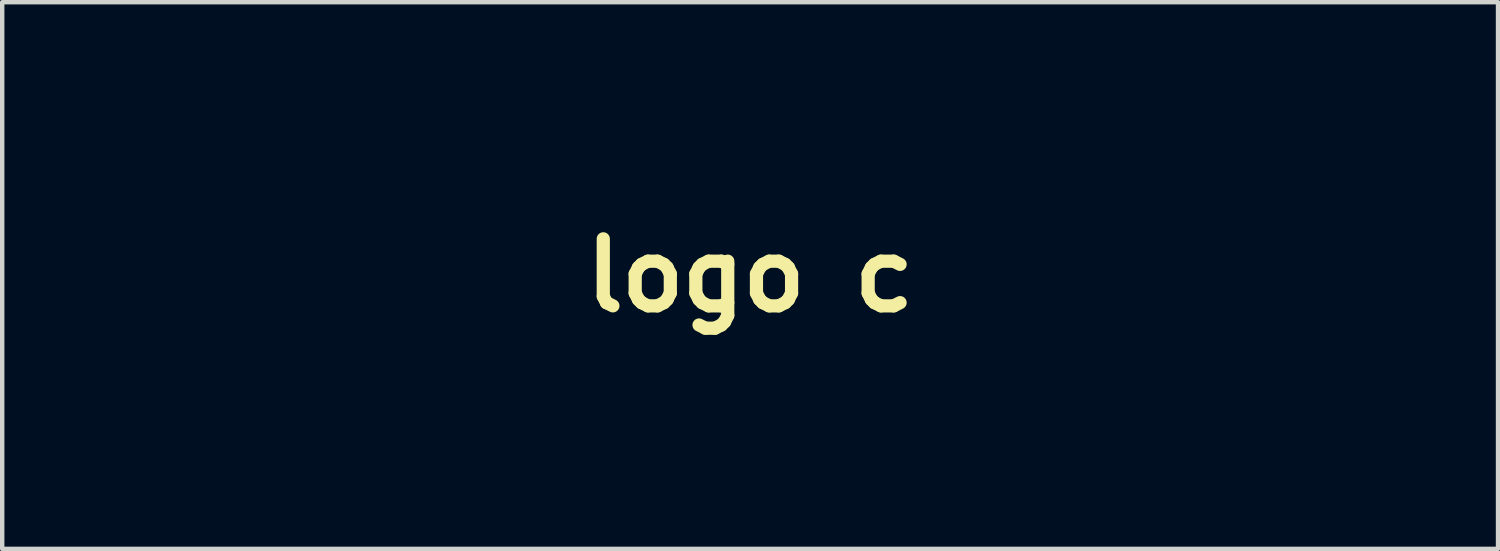
<source format=kicad_pcb>
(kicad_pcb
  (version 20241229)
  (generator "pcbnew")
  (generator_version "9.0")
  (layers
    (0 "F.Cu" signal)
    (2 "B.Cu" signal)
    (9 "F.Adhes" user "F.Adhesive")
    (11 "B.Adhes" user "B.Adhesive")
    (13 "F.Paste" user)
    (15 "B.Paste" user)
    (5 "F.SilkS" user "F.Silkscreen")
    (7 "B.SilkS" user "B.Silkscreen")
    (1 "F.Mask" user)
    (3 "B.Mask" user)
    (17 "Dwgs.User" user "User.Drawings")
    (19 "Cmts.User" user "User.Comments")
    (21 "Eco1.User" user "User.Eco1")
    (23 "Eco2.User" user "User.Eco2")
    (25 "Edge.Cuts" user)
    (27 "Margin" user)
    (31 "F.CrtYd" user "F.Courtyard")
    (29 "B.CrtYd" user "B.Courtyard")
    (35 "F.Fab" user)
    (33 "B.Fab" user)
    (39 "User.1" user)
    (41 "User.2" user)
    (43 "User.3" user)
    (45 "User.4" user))
  (footprint "logo c"
    (layer "F.Cu")
    (at 14.008 3.216)
    (property "Reference" "logo c" (at 0 0 0) (layer "F.SilkS") (effects (font (size 1.524 1.524) (thickness 0.3))))
    (attr through_hole)
    (fp_poly (pts (xy -12.316 0.676) (xy -12.642 0.676) (xy -12.642 -1.118) (xy -12.316 -1.118) (xy -12.316 0.676)) (stroke (width 0.01) (type solid)) (fill yes) (layer "F.Mask"))
    (fp_poly (pts (xy -6.717 2.043) (xy -7.632 2.043) (xy -7.632 1.763) (xy -6.717 1.763) (xy -6.717 2.043)) (stroke (width 0.01) (type solid)) (fill yes) (layer "F.Mask"))
    (fp_poly (pts (xy -2.454 0.676) (xy -2.779 0.676) (xy -2.779 -1.834) (xy -2.454 -1.834) (xy -2.454 0.676)) (stroke (width 0.01) (type solid)) (fill yes) (layer "F.Mask"))
    (fp_poly (pts (xy -12.431 -1.881) (xy -12.387 -1.868) (xy -12.349 -1.848) (xy -12.316 -1.822) (xy -12.29 -1.791) (xy -12.271 -1.755) (xy -12.259 -1.716) (xy -12.255 -1.674) (xy -12.261 -1.631) (xy -12.275 -1.588) (xy -12.28 -1.578) (xy -12.295 -1.553) (xy -12.318 -1.528) (xy -12.343 -1.505) (xy -12.368 -1.488) (xy -12.371 -1.487) (xy -12.405 -1.473) (xy -12.443 -1.464) (xy -12.48 -1.461) (xy -12.502 -1.462) (xy -12.548 -1.472) (xy -12.59 -1.49) (xy -12.627 -1.516) (xy -12.657 -1.548) (xy -12.678 -1.583) (xy -12.693 -1.627) (xy -12.699 -1.67) (xy -12.696 -1.711) (xy -12.685 -1.751) (xy -12.666 -1.787) (xy -12.64 -1.819) (xy -12.608 -1.846) (xy -12.571 -1.866) (xy -12.529 -1.88) (xy -12.482 -1.885) (xy -12.478 -1.885) (xy -12.431 -1.881)) (stroke (width 0.01) (type solid)) (fill yes) (layer "F.Mask"))
    (fp_poly (pts (xy -13.038 -0.98) (xy -13.038 -0.821) (xy -13.133 -0.82) (xy -13.168 -0.82) (xy -13.196 -0.819) (xy -13.217 -0.818) (xy -13.235 -0.816) (xy -13.252 -0.813) (xy -13.27 -0.808) (xy -13.277 -0.807) (xy -13.338 -0.788) (xy -13.39 -0.766) (xy -13.437 -0.741) (xy -13.48 -0.71) (xy -13.505 -0.687) (xy -13.549 -0.641) (xy -13.586 -0.589) (xy -13.617 -0.533) (xy -13.64 -0.47) (xy -13.658 -0.401) (xy -13.67 -0.324) (xy -13.673 -0.292) (xy -13.674 -0.278) (xy -13.674 -0.253) (xy -13.675 -0.221) (xy -13.676 -0.181) (xy -13.676 -0.133) (xy -13.677 -0.08) (xy -13.677 -0.021) (xy -13.678 0.042) (xy -13.678 0.109) (xy -13.678 0.179) (xy -13.678 0.222) (xy -13.678 0.676) (xy -14.003 0.676) (xy -14.003 -1.118) (xy -13.688 -1.118) (xy -13.688 -0.826) (xy -13.67 -0.854) (xy -13.628 -0.91) (xy -13.579 -0.962) (xy -13.526 -1.006) (xy -13.498 -1.025) (xy -13.434 -1.06) (xy -13.363 -1.089) (xy -13.286 -1.112) (xy -13.203 -1.127) (xy -13.117 -1.136) (xy -13.105 -1.137) (xy -13.038 -1.14) (xy -13.038 -0.98)) (stroke (width 0.01) (type solid)) (fill yes) (layer "F.Mask"))
    (fp_poly (pts (xy 8.165 -0.899) (xy 8.165 -0.837) (xy 8.165 -0.785) (xy 8.165 -0.741) (xy 8.165 -0.706) (xy 8.164 -0.677) (xy 8.164 -0.655) (xy 8.163 -0.638) (xy 8.163 -0.626) (xy 8.162 -0.618) (xy 8.16 -0.614) (xy 8.159 -0.612) (xy 8.157 -0.612) (xy 8.156 -0.612) (xy 8.148 -0.613) (xy 8.132 -0.615) (xy 8.11 -0.616) (xy 8.083 -0.618) (xy 8.06 -0.618) (xy 8.003 -0.619) (xy 7.954 -0.617) (xy 7.91 -0.613) (xy 7.871 -0.605) (xy 7.84 -0.596) (xy 7.783 -0.573) (xy 7.734 -0.544) (xy 7.692 -0.508) (xy 7.656 -0.464) (xy 7.627 -0.413) (xy 7.604 -0.354) (xy 7.597 -0.331) (xy 7.584 -0.282) (xy 7.58 0.676) (xy 6.936 0.676) (xy 6.936 -1.158) (xy 7.55 -1.158) (xy 7.55 -0.951) (xy 7.587 -0.987) (xy 7.642 -1.036) (xy 7.7 -1.077) (xy 7.764 -1.112) (xy 7.834 -1.14) (xy 7.91 -1.162) (xy 7.994 -1.178) (xy 8.019 -1.182) (xy 8.048 -1.185) (xy 8.08 -1.187) (xy 8.108 -1.189) (xy 8.12 -1.189) (xy 8.165 -1.189) (xy 8.165 -0.899)) (stroke (width 0.01) (type solid)) (fill yes) (layer "F.Mask"))
    (fp_poly (pts (xy 0.829 -1.182) (xy 0.831 -0.529) (xy 1.156 -0.844) (xy 1.481 -1.158) (xy 2.248 -1.158) (xy 2.209 -1.119) (xy 2.168 -1.077) (xy 2.124 -1.032) (xy 2.078 -0.985) (xy 2.03 -0.936) (xy 1.982 -0.886) (xy 1.933 -0.836) (xy 1.884 -0.785) (xy 1.836 -0.736) (xy 1.789 -0.687) (xy 1.743 -0.64) (xy 1.7 -0.595) (xy 1.659 -0.552) (xy 1.622 -0.513) (xy 1.588 -0.478) (xy 1.558 -0.446) (xy 1.533 -0.42) (xy 1.513 -0.399) (xy 1.499 -0.384) (xy 1.491 -0.375) (xy 1.49 -0.373) (xy 1.493 -0.368) (xy 1.502 -0.356) (xy 1.517 -0.337) (xy 1.537 -0.311) (xy 1.562 -0.28) (xy 1.591 -0.242) (xy 1.624 -0.2) (xy 1.661 -0.152) (xy 1.701 -0.101) (xy 1.744 -0.046) (xy 1.79 0.012) (xy 1.838 0.073) (xy 1.887 0.136) (xy 1.898 0.149) (xy 1.948 0.213) (xy 1.996 0.274) (xy 2.042 0.333) (xy 2.086 0.389) (xy 2.127 0.441) (xy 2.164 0.489) (xy 2.198 0.532) (xy 2.228 0.571) (xy 2.254 0.604) (xy 2.275 0.631) (xy 2.291 0.651) (xy 2.301 0.665) (xy 2.306 0.671) (xy 2.306 0.671) (xy 2.301 0.672) (xy 2.287 0.673) (xy 2.262 0.673) (xy 2.229 0.674) (xy 2.186 0.674) (xy 2.134 0.675) (xy 2.074 0.675) (xy 2.005 0.675) (xy 1.929 0.675) (xy 1.918 0.675) (xy 1.527 0.673) (xy 1.014 0.034) (xy 0.921 0.13) (xy 0.828 0.226) (xy 0.828 0.451) (xy 0.828 0.676) (xy 0.183 0.676) (xy 0.183 -1.834) (xy 0.828 -1.834) (xy 0.829 -1.182)) (stroke (width 0.01) (type solid)) (fill yes) (layer "F.Mask"))
    (fp_poly (pts (xy -9.583 1.489) (xy -9.247 1.489) (xy -9.247 1.753) (xy -9.583 1.753) (xy -9.58 2.33) (xy -9.563 2.365) (xy -9.551 2.386) (xy -9.539 2.401) (xy -9.525 2.412) (xy -9.519 2.416) (xy -9.484 2.433) (xy -9.445 2.441) (xy -9.401 2.44) (xy -9.354 2.432) (xy -9.322 2.421) (xy -9.304 2.415) (xy -9.29 2.412) (xy -9.283 2.412) (xy -9.283 2.412) (xy -9.28 2.417) (xy -9.276 2.431) (xy -9.269 2.451) (xy -9.26 2.476) (xy -9.251 2.504) (xy -9.241 2.535) (xy -9.231 2.565) (xy -9.222 2.594) (xy -9.213 2.62) (xy -9.207 2.641) (xy -9.202 2.657) (xy -9.2 2.664) (xy -9.2 2.664) (xy -9.204 2.668) (xy -9.216 2.674) (xy -9.235 2.68) (xy -9.258 2.687) (xy -9.284 2.694) (xy -9.311 2.701) (xy -9.337 2.706) (xy -9.36 2.71) (xy -9.364 2.711) (xy -9.416 2.716) (xy -9.468 2.718) (xy -9.518 2.717) (xy -9.563 2.712) (xy -9.595 2.706) (xy -9.656 2.686) (xy -9.709 2.659) (xy -9.755 2.625) (xy -9.794 2.583) (xy -9.827 2.534) (xy -9.853 2.477) (xy -9.871 2.421) (xy -9.884 2.37) (xy -9.886 2.062) (xy -9.889 1.753) (xy -10.111 1.753) (xy -10.111 1.489) (xy -9.888 1.489) (xy -9.888 1.179) (xy -9.866 1.176) (xy -9.851 1.175) (xy -9.83 1.172) (xy -9.803 1.169) (xy -9.772 1.166) (xy -9.739 1.162) (xy -9.706 1.159) (xy -9.674 1.156) (xy -9.645 1.153) (xy -9.622 1.15) (xy -9.604 1.149) (xy -9.596 1.148) (xy -9.595 1.148) (xy -9.583 1.148) (xy -9.583 1.489)) (stroke (width 0.01) (type solid)) (fill yes) (layer "F.Mask"))
    (fp_poly (pts (xy -11.824 1.461) (xy -11.79 1.461) (xy -11.765 1.462) (xy -11.745 1.463) (xy -11.729 1.465) (xy -11.713 1.468) (xy -11.696 1.473) (xy -11.687 1.475) (xy -11.66 1.484) (xy -11.63 1.496) (xy -11.603 1.507) (xy -11.598 1.51) (xy -11.576 1.522) (xy -11.556 1.534) (xy -11.536 1.547) (xy -11.513 1.566) (xy -11.507 1.57) (xy -11.508 1.575) (xy -11.514 1.588) (xy -11.522 1.607) (xy -11.534 1.631) (xy -11.548 1.658) (xy -11.563 1.687) (xy -11.578 1.717) (xy -11.594 1.746) (xy -11.609 1.774) (xy -11.622 1.797) (xy -11.633 1.817) (xy -11.641 1.83) (xy -11.645 1.835) (xy -11.646 1.835) (xy -11.652 1.832) (xy -11.665 1.825) (xy -11.682 1.815) (xy -11.692 1.808) (xy -11.721 1.791) (xy -11.745 1.779) (xy -11.769 1.771) (xy -11.794 1.766) (xy -11.813 1.763) (xy -11.838 1.761) (xy -11.864 1.762) (xy -11.895 1.765) (xy -11.91 1.766) (xy -11.937 1.771) (xy -11.958 1.775) (xy -11.975 1.78) (xy -11.993 1.788) (xy -12.012 1.798) (xy -12.052 1.823) (xy -12.085 1.85) (xy -12.11 1.881) (xy -12.13 1.919) (xy -12.145 1.956) (xy -12.147 1.963) (xy -12.149 1.969) (xy -12.15 1.977) (xy -12.152 1.986) (xy -12.153 1.997) (xy -12.154 2.011) (xy -12.154 2.03) (xy -12.155 2.053) (xy -12.156 2.081) (xy -12.156 2.115) (xy -12.156 2.157) (xy -12.157 2.206) (xy -12.157 2.264) (xy -12.157 2.33) (xy -12.158 2.346) (xy -12.159 2.703) (xy -12.464 2.703) (xy -12.464 1.489) (xy -12.181 1.489) (xy -12.172 1.551) (xy -12.168 1.575) (xy -12.165 1.596) (xy -12.162 1.61) (xy -12.16 1.617) (xy -12.16 1.617) (xy -12.156 1.615) (xy -12.148 1.607) (xy -12.135 1.593) (xy -12.124 1.58) (xy -12.084 1.539) (xy -12.038 1.506) (xy -11.987 1.482) (xy -11.958 1.473) (xy -11.94 1.469) (xy -11.923 1.465) (xy -11.906 1.463) (xy -11.886 1.462) (xy -11.861 1.461) (xy -11.828 1.461) (xy -11.824 1.461)) (stroke (width 0.01) (type solid)) (fill yes) (layer "F.Mask"))
    (fp_poly (pts (xy -4.761 -0.636) (xy -4.761 -0.542) (xy -4.761 -0.458) (xy -4.76 -0.382) (xy -4.76 -0.314) (xy -4.759 -0.255) (xy -4.759 -0.202) (xy -4.758 -0.156) (xy -4.756 -0.115) (xy -4.755 -0.08) (xy -4.753 -0.049) (xy -4.751 -0.022) (xy -4.748 0.002) (xy -4.745 0.023) (xy -4.742 0.043) (xy -4.738 0.06) (xy -4.733 0.077) (xy -4.728 0.094) (xy -4.722 0.111) (xy -4.697 0.172) (xy -4.664 0.227) (xy -4.625 0.274) (xy -4.578 0.314) (xy -4.525 0.346) (xy -4.466 0.371) (xy -4.401 0.388) (xy -4.33 0.397) (xy -4.254 0.398) (xy -4.218 0.396) (xy -4.14 0.385) (xy -4.069 0.367) (xy -4.004 0.341) (xy -3.945 0.307) (xy -3.893 0.265) (xy -3.848 0.216) (xy -3.81 0.159) (xy -3.778 0.095) (xy -3.754 0.023) (xy -3.736 -0.055) (xy -3.734 -0.07) (xy -3.733 -0.082) (xy -3.732 -0.102) (xy -3.731 -0.13) (xy -3.73 -0.168) (xy -3.729 -0.213) (xy -3.728 -0.268) (xy -3.728 -0.333) (xy -3.727 -0.406) (xy -3.726 -0.49) (xy -3.726 -0.583) (xy -3.726 -0.614) (xy -3.724 -1.118) (xy -3.394 -1.118) (xy -3.394 0.676) (xy -3.704 0.676) (xy -3.704 0.411) (xy -3.754 0.463) (xy -3.808 0.515) (xy -3.864 0.56) (xy -3.915 0.592) (xy -3.993 0.63) (xy -4.076 0.659) (xy -4.163 0.679) (xy -4.254 0.69) (xy -4.35 0.693) (xy -4.394 0.691) (xy -4.486 0.681) (xy -4.572 0.663) (xy -4.653 0.637) (xy -4.727 0.603) (xy -4.796 0.562) (xy -4.857 0.513) (xy -4.912 0.458) (xy -4.96 0.395) (xy -4.999 0.328) (xy -5.025 0.271) (xy -5.047 0.209) (xy -5.064 0.148) (xy -5.064 0.147) (xy -5.067 0.13) (xy -5.07 0.115) (xy -5.073 0.1) (xy -5.076 0.085) (xy -5.078 0.069) (xy -5.08 0.052) (xy -5.082 0.033) (xy -5.083 0.012) (xy -5.084 -0.013) (xy -5.085 -0.041) (xy -5.086 -0.075) (xy -5.087 -0.113) (xy -5.087 -0.157) (xy -5.088 -0.207) (xy -5.088 -0.265) (xy -5.089 -0.33) (xy -5.089 -0.403) (xy -5.089 -0.486) (xy -5.09 -0.555) (xy -5.092 -1.118) (xy -4.761 -1.118) (xy -4.761 -0.636)) (stroke (width 0.01) (type solid)) (fill yes) (layer "F.Mask"))
    (fp_poly (pts (xy -9.065 -0.877) (xy -9.025 -0.916) (xy -8.986 -0.953) (xy -8.949 -0.983) (xy -8.911 -1.01) (xy -8.869 -1.034) (xy -8.84 -1.05) (xy -8.767 -1.081) (xy -8.688 -1.106) (xy -8.604 -1.124) (xy -8.518 -1.135) (xy -8.431 -1.138) (xy -8.344 -1.135) (xy -8.259 -1.124) (xy -8.178 -1.106) (xy -8.106 -1.082) (xy -8.034 -1.048) (xy -7.968 -1.006) (xy -7.908 -0.957) (xy -7.855 -0.9) (xy -7.809 -0.836) (xy -7.771 -0.766) (xy -7.739 -0.689) (xy -7.721 -0.626) (xy -7.716 -0.608) (xy -7.712 -0.592) (xy -7.709 -0.577) (xy -7.706 -0.562) (xy -7.703 -0.546) (xy -7.701 -0.529) (xy -7.698 -0.51) (xy -7.697 -0.489) (xy -7.695 -0.465) (xy -7.694 -0.437) (xy -7.693 -0.405) (xy -7.692 -0.368) (xy -7.691 -0.326) (xy -7.691 -0.277) (xy -7.69 -0.221) (xy -7.69 -0.158) (xy -7.69 -0.086) (xy -7.689 -0.006) (xy -7.689 0.083) (xy -7.689 0.105) (xy -7.687 0.676) (xy -8.018 0.676) (xy -8.018 0.169) (xy -8.018 0.085) (xy -8.018 0.007) (xy -8.018 -0.067) (xy -8.019 -0.135) (xy -8.019 -0.197) (xy -8.02 -0.252) (xy -8.02 -0.299) (xy -8.021 -0.338) (xy -8.022 -0.369) (xy -8.023 -0.39) (xy -8.023 -0.399) (xy -8.033 -0.47) (xy -8.048 -0.537) (xy -8.07 -0.599) (xy -8.097 -0.653) (xy -8.128 -0.698) (xy -8.165 -0.737) (xy -8.211 -0.771) (xy -8.265 -0.8) (xy -8.324 -0.822) (xy -8.341 -0.827) (xy -8.359 -0.831) (xy -8.374 -0.835) (xy -8.388 -0.837) (xy -8.405 -0.839) (xy -8.425 -0.84) (xy -8.45 -0.84) (xy -8.483 -0.84) (xy -8.503 -0.84) (xy -8.54 -0.84) (xy -8.569 -0.84) (xy -8.591 -0.839) (xy -8.609 -0.838) (xy -8.624 -0.836) (xy -8.64 -0.833) (xy -8.656 -0.829) (xy -8.673 -0.824) (xy -8.745 -0.801) (xy -8.808 -0.771) (xy -8.864 -0.735) (xy -8.914 -0.692) (xy -8.956 -0.642) (xy -8.992 -0.584) (xy -9.021 -0.518) (xy -9.045 -0.445) (xy -9.051 -0.419) (xy -9.053 -0.412) (xy -9.054 -0.404) (xy -9.055 -0.396) (xy -9.057 -0.386) (xy -9.058 -0.375) (xy -9.059 -0.361) (xy -9.059 -0.344) (xy -9.06 -0.323) (xy -9.061 -0.297) (xy -9.061 -0.267) (xy -9.061 -0.231) (xy -9.062 -0.188) (xy -9.062 -0.139) (xy -9.062 -0.082) (xy -9.063 -0.017) (xy -9.063 0.057) (xy -9.063 0.14) (xy -9.063 0.151) (xy -9.065 0.676) (xy -9.39 0.676) (xy -9.39 -1.834) (xy -9.065 -1.834) (xy -9.065 -0.877)) (stroke (width 0.01) (type solid)) (fill yes) (layer "F.Mask"))
    (fp_poly (pts (xy 3.151 -1.422) (xy 3.153 -1.01) (xy 3.178 -1.032) (xy 3.236 -1.077) (xy 3.299 -1.115) (xy 3.367 -1.144) (xy 3.441 -1.166) (xy 3.521 -1.181) (xy 3.607 -1.188) (xy 3.655 -1.189) (xy 3.752 -1.184) (xy 3.847 -1.17) (xy 3.938 -1.148) (xy 4.024 -1.116) (xy 4.106 -1.075) (xy 4.183 -1.026) (xy 4.255 -0.969) (xy 4.32 -0.904) (xy 4.369 -0.846) (xy 4.421 -0.769) (xy 4.465 -0.687) (xy 4.499 -0.6) (xy 4.526 -0.507) (xy 4.543 -0.41) (xy 4.552 -0.307) (xy 4.554 -0.249) (xy 4.55 -0.149) (xy 4.539 -0.056) (xy 4.521 0.032) (xy 4.495 0.117) (xy 4.462 0.199) (xy 4.454 0.214) (xy 4.408 0.297) (xy 4.355 0.373) (xy 4.296 0.441) (xy 4.23 0.503) (xy 4.158 0.556) (xy 4.08 0.602) (xy 3.998 0.639) (xy 3.911 0.669) (xy 3.819 0.689) (xy 3.725 0.701) (xy 3.627 0.703) (xy 3.578 0.701) (xy 3.491 0.691) (xy 3.411 0.674) (xy 3.337 0.65) (xy 3.27 0.619) (xy 3.21 0.581) (xy 3.158 0.536) (xy 3.144 0.521) (xy 3.12 0.495) (xy 3.12 0.676) (xy 2.505 0.676) (xy 2.505 -0.274) (xy 3.141 -0.274) (xy 3.142 -0.205) (xy 3.148 -0.144) (xy 3.16 -0.087) (xy 3.179 -0.035) (xy 3.199 0.007) (xy 3.232 0.056) (xy 3.272 0.098) (xy 3.317 0.132) (xy 3.368 0.159) (xy 3.422 0.178) (xy 3.48 0.188) (xy 3.54 0.19) (xy 3.601 0.182) (xy 3.622 0.177) (xy 3.676 0.159) (xy 3.726 0.131) (xy 3.772 0.095) (xy 3.812 0.052) (xy 3.845 0.003) (xy 3.871 -0.053) (xy 3.872 -0.054) (xy 3.889 -0.114) (xy 3.9 -0.178) (xy 3.904 -0.245) (xy 3.901 -0.312) (xy 3.89 -0.375) (xy 3.884 -0.399) (xy 3.867 -0.45) (xy 3.845 -0.494) (xy 3.817 -0.534) (xy 3.786 -0.57) (xy 3.764 -0.591) (xy 3.746 -0.606) (xy 3.728 -0.619) (xy 3.707 -0.63) (xy 3.694 -0.637) (xy 3.649 -0.656) (xy 3.607 -0.668) (xy 3.562 -0.674) (xy 3.513 -0.675) (xy 3.501 -0.674) (xy 3.458 -0.671) (xy 3.422 -0.665) (xy 3.389 -0.655) (xy 3.355 -0.641) (xy 3.346 -0.637) (xy 3.297 -0.607) (xy 3.254 -0.571) (xy 3.218 -0.526) (xy 3.188 -0.475) (xy 3.171 -0.438) (xy 3.159 -0.402) (xy 3.15 -0.365) (xy 3.145 -0.324) (xy 3.142 -0.276) (xy 3.141 -0.274) (xy 2.505 -0.274) (xy 2.505 -1.834) (xy 3.15 -1.834) (xy 3.151 -1.422)) (stroke (width 0.01) (type solid)) (fill yes) (layer "F.Mask"))
    (fp_poly (pts (xy -4.295 1.461) (xy -4.225 1.472) (xy -4.198 1.479) (xy -4.152 1.494) (xy -4.108 1.513) (xy -4.065 1.538) (xy -4.019 1.568) (xy -3.971 1.606) (xy -3.941 1.632) (xy -3.942 1.637) (xy -3.95 1.648) (xy -3.963 1.663) (xy -3.976 1.678) (xy -3.995 1.697) (xy -4.018 1.721) (xy -4.043 1.747) (xy -4.067 1.773) (xy -4.074 1.78) (xy -4.131 1.84) (xy -4.16 1.817) (xy -4.196 1.793) (xy -4.233 1.774) (xy -4.276 1.758) (xy -4.278 1.758) (xy -4.298 1.752) (xy -4.318 1.748) (xy -4.34 1.746) (xy -4.368 1.746) (xy -4.377 1.746) (xy -4.417 1.747) (xy -4.451 1.751) (xy -4.481 1.759) (xy -4.511 1.772) (xy -4.544 1.79) (xy -4.568 1.805) (xy -4.59 1.82) (xy -4.607 1.832) (xy -4.619 1.844) (xy -4.63 1.856) (xy -4.642 1.872) (xy -4.656 1.894) (xy -4.658 1.898) (xy -4.68 1.934) (xy -4.696 1.965) (xy -4.706 1.995) (xy -4.713 2.026) (xy -4.716 2.06) (xy -4.717 2.098) (xy -4.716 2.141) (xy -4.713 2.177) (xy -4.706 2.208) (xy -4.695 2.238) (xy -4.678 2.269) (xy -4.657 2.303) (xy -4.641 2.326) (xy -4.629 2.343) (xy -4.618 2.355) (xy -4.606 2.366) (xy -4.591 2.376) (xy -4.57 2.389) (xy -4.564 2.393) (xy -4.528 2.414) (xy -4.497 2.429) (xy -4.467 2.438) (xy -4.434 2.444) (xy -4.397 2.446) (xy -4.377 2.446) (xy -4.315 2.442) (xy -4.258 2.431) (xy -4.206 2.411) (xy -4.159 2.383) (xy -4.142 2.37) (xy -4.115 2.347) (xy -4.03 2.428) (xy -4.004 2.453) (xy -3.98 2.476) (xy -3.959 2.497) (xy -3.941 2.514) (xy -3.929 2.526) (xy -3.926 2.529) (xy -3.907 2.549) (xy -3.961 2.593) (xy -4.025 2.64) (xy -4.092 2.678) (xy -4.162 2.707) (xy -4.237 2.727) (xy -4.316 2.738) (xy -4.319 2.738) (xy -4.344 2.74) (xy -4.366 2.742) (xy -4.383 2.743) (xy -4.392 2.743) (xy -4.393 2.743) (xy -4.399 2.742) (xy -4.414 2.741) (xy -4.434 2.739) (xy -4.454 2.738) (xy -4.514 2.729) (xy -4.577 2.716) (xy -4.638 2.697) (xy -4.686 2.678) (xy -4.753 2.642) (xy -4.813 2.599) (xy -4.866 2.549) (xy -4.911 2.492) (xy -4.949 2.429) (xy -4.98 2.361) (xy -5.002 2.287) (xy -5.017 2.208) (xy -5.023 2.124) (xy -5.021 2.035) (xy -5.02 2.024) (xy -5.009 1.94) (xy -4.989 1.863) (xy -4.961 1.791) (xy -4.926 1.726) (xy -4.883 1.667) (xy -4.832 1.614) (xy -4.775 1.569) (xy -4.711 1.531) (xy -4.64 1.5) (xy -4.563 1.477) (xy -4.481 1.462) (xy -4.445 1.459) (xy -4.369 1.456) (xy -4.295 1.461)) (stroke (width 0.01) (type solid)) (fill yes) (layer "F.Mask"))
    (fp_poly (pts (xy -10.005 0.676) (xy -10.32 0.676) (xy -10.32 0.535) (xy -10.32 0.394) (xy -10.333 0.412) (xy -10.349 0.43) (xy -10.37 0.453) (xy -10.396 0.478) (xy -10.423 0.503) (xy -10.45 0.527) (xy -10.475 0.547) (xy -10.493 0.56) (xy -10.531 0.584) (xy -10.573 0.607) (xy -10.615 0.627) (xy -10.646 0.64) (xy -10.701 0.658) (xy -10.764 0.673) (xy -10.832 0.684) (xy -10.901 0.691) (xy -10.969 0.693) (xy -11.003 0.693) (xy -11.1 0.684) (xy -11.194 0.666) (xy -11.284 0.64) (xy -11.369 0.606) (xy -11.449 0.563) (xy -11.523 0.513) (xy -11.591 0.455) (xy -11.653 0.39) (xy -11.707 0.318) (xy -11.755 0.24) (xy -11.78 0.188) (xy -11.812 0.108) (xy -11.836 0.021) (xy -11.854 -0.072) (xy -11.855 -0.079) (xy -11.858 -0.109) (xy -11.86 -0.148) (xy -11.861 -0.191) (xy -11.861 -0.203) (xy -11.533 -0.203) (xy -11.527 -0.124) (xy -11.513 -0.048) (xy -11.491 0.025) (xy -11.461 0.093) (xy -11.451 0.112) (xy -11.41 0.175) (xy -11.362 0.231) (xy -11.308 0.28) (xy -11.248 0.321) (xy -11.183 0.354) (xy -11.113 0.378) (xy -11.039 0.395) (xy -10.962 0.402) (xy -10.882 0.401) (xy -10.815 0.393) (xy -10.741 0.376) (xy -10.671 0.35) (xy -10.606 0.315) (xy -10.546 0.273) (xy -10.493 0.222) (xy -10.446 0.165) (xy -10.406 0.1) (xy -10.386 0.059) (xy -10.36 -0.013) (xy -10.342 -0.089) (xy -10.332 -0.168) (xy -10.331 -0.248) (xy -10.338 -0.328) (xy -10.353 -0.406) (xy -10.376 -0.481) (xy -10.384 -0.5) (xy -10.415 -0.565) (xy -10.454 -0.623) (xy -10.502 -0.677) (xy -10.514 -0.689) (xy -10.57 -0.737) (xy -10.631 -0.776) (xy -10.696 -0.806) (xy -10.767 -0.829) (xy -10.83 -0.842) (xy -10.869 -0.846) (xy -10.915 -0.848) (xy -10.963 -0.847) (xy -11.01 -0.844) (xy -11.054 -0.839) (xy -11.078 -0.834) (xy -11.152 -0.812) (xy -11.221 -0.781) (xy -11.284 -0.742) (xy -11.342 -0.695) (xy -11.393 -0.642) (xy -11.437 -0.581) (xy -11.473 -0.514) (xy -11.477 -0.505) (xy -11.503 -0.434) (xy -11.521 -0.359) (xy -11.531 -0.281) (xy -11.533 -0.203) (xy -11.861 -0.203) (xy -11.861 -0.236) (xy -11.86 -0.281) (xy -11.858 -0.323) (xy -11.855 -0.36) (xy -11.852 -0.383) (xy -11.833 -0.481) (xy -11.805 -0.572) (xy -11.769 -0.658) (xy -11.725 -0.737) (xy -11.673 -0.811) (xy -11.612 -0.88) (xy -11.611 -0.881) (xy -11.543 -0.943) (xy -11.47 -0.996) (xy -11.39 -1.042) (xy -11.306 -1.078) (xy -11.217 -1.106) (xy -11.124 -1.126) (xy -11.027 -1.136) (xy -10.962 -1.138) (xy -10.866 -1.134) (xy -10.775 -1.121) (xy -10.69 -1.099) (xy -10.609 -1.069) (xy -10.534 -1.029) (xy -10.464 -0.982) (xy -10.399 -0.925) (xy -10.376 -0.901) (xy -10.335 -0.857) (xy -10.335 -1.834) (xy -10.005 -1.834) (xy -10.005 0.676)) (stroke (width 0.01) (type solid)) (fill yes) (layer "F.Mask"))
    (fp_poly (pts (xy -13.261 1.466) (xy -13.241 1.468) (xy -13.162 1.479) (xy -13.088 1.499) (xy -13.019 1.528) (xy -12.956 1.564) (xy -12.898 1.607) (xy -12.846 1.658) (xy -12.801 1.714) (xy -12.763 1.777) (xy -12.732 1.844) (xy -12.708 1.917) (xy -12.693 1.993) (xy -12.686 2.074) (xy -12.688 2.158) (xy -12.69 2.175) (xy -12.702 2.258) (xy -12.723 2.335) (xy -12.751 2.407) (xy -12.787 2.472) (xy -12.831 2.532) (xy -12.882 2.584) (xy -12.94 2.63) (xy -12.983 2.657) (xy -13.046 2.686) (xy -13.114 2.709) (xy -13.185 2.724) (xy -13.258 2.731) (xy -13.332 2.732) (xy -13.404 2.724) (xy -13.474 2.71) (xy -13.539 2.688) (xy -13.568 2.674) (xy -13.594 2.66) (xy -13.616 2.646) (xy -13.638 2.628) (xy -13.657 2.61) (xy -13.698 2.569) (xy -13.698 3.211) (xy -14.003 3.211) (xy -14.003 2.098) (xy -13.669 2.098) (xy -13.668 2.136) (xy -13.663 2.169) (xy -13.656 2.198) (xy -13.643 2.228) (xy -13.625 2.261) (xy -13.611 2.284) (xy -13.596 2.307) (xy -13.584 2.324) (xy -13.573 2.337) (xy -13.561 2.348) (xy -13.545 2.36) (xy -13.523 2.375) (xy -13.521 2.376) (xy -13.482 2.4) (xy -13.446 2.418) (xy -13.412 2.429) (xy -13.375 2.435) (xy -13.334 2.437) (xy -13.312 2.436) (xy -13.279 2.433) (xy -13.249 2.428) (xy -13.228 2.423) (xy -13.202 2.413) (xy -13.17 2.396) (xy -13.139 2.376) (xy -13.117 2.361) (xy -13.1 2.349) (xy -13.088 2.338) (xy -13.077 2.325) (xy -13.065 2.309) (xy -13.051 2.286) (xy -13.049 2.284) (xy -13.027 2.247) (xy -13.011 2.214) (xy -13 2.183) (xy -12.994 2.15) (xy -12.992 2.114) (xy -12.991 2.096) (xy -12.993 2.055) (xy -12.998 2.02) (xy -13.007 1.988) (xy -13.021 1.956) (xy -13.041 1.92) (xy -13.046 1.912) (xy -13.06 1.889) (xy -13.072 1.872) (xy -13.083 1.86) (xy -13.095 1.848) (xy -13.111 1.836) (xy -13.134 1.82) (xy -13.167 1.799) (xy -13.195 1.783) (xy -13.222 1.773) (xy -13.251 1.766) (xy -13.283 1.762) (xy -13.322 1.761) (xy -13.33 1.761) (xy -13.371 1.762) (xy -13.404 1.765) (xy -13.433 1.771) (xy -13.46 1.781) (xy -13.488 1.796) (xy -13.52 1.816) (xy -13.526 1.82) (xy -13.549 1.836) (xy -13.565 1.848) (xy -13.578 1.859) (xy -13.588 1.872) (xy -13.6 1.888) (xy -13.614 1.911) (xy -13.614 1.912) (xy -13.636 1.949) (xy -13.651 1.981) (xy -13.661 2.013) (xy -13.667 2.046) (xy -13.669 2.084) (xy -13.669 2.098) (xy -14.003 2.098) (xy -14.003 1.489) (xy -13.72 1.489) (xy -13.717 1.505) (xy -13.715 1.517) (xy -13.713 1.536) (xy -13.71 1.559) (xy -13.708 1.578) (xy -13.705 1.601) (xy -13.703 1.621) (xy -13.7 1.635) (xy -13.699 1.64) (xy -13.694 1.641) (xy -13.685 1.635) (xy -13.671 1.621) (xy -13.66 1.609) (xy -13.634 1.582) (xy -13.606 1.56) (xy -13.575 1.539) (xy -13.518 1.508) (xy -13.459 1.486) (xy -13.398 1.472) (xy -13.332 1.465) (xy -13.261 1.466)) (stroke (width 0.01) (type solid)) (fill yes) (layer "F.Mask"))
    (fp_poly (pts (xy -5.751 1.466) (xy -5.731 1.468) (xy -5.652 1.479) (xy -5.578 1.499) (xy -5.509 1.528) (xy -5.446 1.564) (xy -5.388 1.607) (xy -5.336 1.658) (xy -5.291 1.714) (xy -5.253 1.777) (xy -5.222 1.844) (xy -5.199 1.917) (xy -5.183 1.993) (xy -5.177 2.074) (xy -5.179 2.158) (xy -5.18 2.175) (xy -5.193 2.258) (xy -5.213 2.335) (xy -5.242 2.407) (xy -5.278 2.472) (xy -5.321 2.532) (xy -5.372 2.584) (xy -5.43 2.63) (xy -5.473 2.657) (xy -5.536 2.686) (xy -5.604 2.709) (xy -5.675 2.724) (xy -5.749 2.731) (xy -5.822 2.732) (xy -5.895 2.724) (xy -5.964 2.71) (xy -6.03 2.688) (xy -6.058 2.674) (xy -6.084 2.66) (xy -6.106 2.646) (xy -6.128 2.628) (xy -6.147 2.61) (xy -6.189 2.569) (xy -6.189 3.211) (xy -6.494 3.211) (xy -6.494 2.098) (xy -6.159 2.098) (xy -6.158 2.136) (xy -6.154 2.169) (xy -6.146 2.198) (xy -6.133 2.228) (xy -6.116 2.261) (xy -6.101 2.284) (xy -6.086 2.307) (xy -6.075 2.324) (xy -6.064 2.337) (xy -6.051 2.348) (xy -6.035 2.36) (xy -6.013 2.375) (xy -6.012 2.376) (xy -5.972 2.4) (xy -5.937 2.418) (xy -5.902 2.429) (xy -5.866 2.435) (xy -5.824 2.437) (xy -5.802 2.436) (xy -5.77 2.433) (xy -5.739 2.428) (xy -5.719 2.423) (xy -5.692 2.413) (xy -5.66 2.396) (xy -5.63 2.376) (xy -5.607 2.361) (xy -5.59 2.349) (xy -5.578 2.338) (xy -5.567 2.325) (xy -5.555 2.309) (xy -5.541 2.286) (xy -5.539 2.284) (xy -5.517 2.247) (xy -5.501 2.214) (xy -5.49 2.183) (xy -5.484 2.15) (xy -5.482 2.114) (xy -5.482 2.096) (xy -5.483 2.055) (xy -5.488 2.02) (xy -5.497 1.988) (xy -5.511 1.956) (xy -5.531 1.92) (xy -5.536 1.912) (xy -5.55 1.889) (xy -5.562 1.872) (xy -5.573 1.86) (xy -5.585 1.848) (xy -5.602 1.836) (xy -5.624 1.82) (xy -5.657 1.799) (xy -5.686 1.783) (xy -5.713 1.773) (xy -5.741 1.766) (xy -5.773 1.762) (xy -5.812 1.761) (xy -5.82 1.761) (xy -5.861 1.762) (xy -5.894 1.765) (xy -5.923 1.771) (xy -5.95 1.781) (xy -5.978 1.796) (xy -6.01 1.816) (xy -6.017 1.82) (xy -6.039 1.836) (xy -6.056 1.848) (xy -6.068 1.859) (xy -6.079 1.872) (xy -6.09 1.888) (xy -6.104 1.911) (xy -6.105 1.912) (xy -6.126 1.949) (xy -6.141 1.981) (xy -6.151 2.013) (xy -6.157 2.046) (xy -6.159 2.084) (xy -6.159 2.098) (xy -6.494 2.098) (xy -6.494 1.489) (xy -6.21 1.489) (xy -6.207 1.505) (xy -6.205 1.517) (xy -6.203 1.536) (xy -6.2 1.559) (xy -6.198 1.578) (xy -6.196 1.601) (xy -6.193 1.621) (xy -6.19 1.635) (xy -6.189 1.64) (xy -6.185 1.641) (xy -6.176 1.635) (xy -6.162 1.621) (xy -6.15 1.609) (xy -6.125 1.582) (xy -6.097 1.56) (xy -6.065 1.539) (xy -6.008 1.508) (xy -5.949 1.486) (xy -5.888 1.472) (xy -5.822 1.465) (xy -5.751 1.466)) (stroke (width 0.01) (type solid)) (fill yes) (layer "F.Mask"))
    (fp_poly (pts (xy -3.475 1.647) (xy -3.441 1.608) (xy -3.424 1.589) (xy -3.407 1.574) (xy -3.387 1.559) (xy -3.363 1.544) (xy -3.351 1.537) (xy -3.283 1.503) (xy -3.212 1.479) (xy -3.139 1.465) (xy -3.063 1.461) (xy -3.013 1.464) (xy -2.93 1.475) (xy -2.854 1.495) (xy -2.784 1.522) (xy -2.72 1.557) (xy -2.662 1.6) (xy -2.612 1.65) (xy -2.568 1.708) (xy -2.534 1.766) (xy -2.509 1.822) (xy -2.49 1.878) (xy -2.477 1.939) (xy -2.468 2.007) (xy -2.467 2.016) (xy -2.463 2.105) (xy -2.468 2.189) (xy -2.481 2.268) (xy -2.502 2.342) (xy -2.532 2.411) (xy -2.568 2.475) (xy -2.612 2.532) (xy -2.663 2.583) (xy -2.721 2.626) (xy -2.785 2.663) (xy -2.855 2.692) (xy -2.931 2.713) (xy -3.011 2.726) (xy -3.04 2.729) (xy -3.063 2.731) (xy -3.08 2.732) (xy -3.096 2.732) (xy -3.112 2.731) (xy -3.131 2.73) (xy -3.153 2.728) (xy -3.219 2.716) (xy -3.281 2.697) (xy -3.338 2.669) (xy -3.39 2.633) (xy -3.435 2.591) (xy -3.438 2.587) (xy -3.453 2.57) (xy -3.464 2.559) (xy -3.471 2.554) (xy -3.476 2.556) (xy -3.479 2.567) (xy -3.482 2.585) (xy -3.485 2.613) (xy -3.486 2.622) (xy -3.488 2.646) (xy -3.491 2.667) (xy -3.493 2.683) (xy -3.494 2.689) (xy -3.497 2.703) (xy -3.78 2.703) (xy -3.78 2.095) (xy -3.452 2.095) (xy -3.452 2.098) (xy -3.45 2.141) (xy -3.446 2.177) (xy -3.438 2.209) (xy -3.425 2.24) (xy -3.407 2.272) (xy -3.387 2.302) (xy -3.372 2.324) (xy -3.359 2.34) (xy -3.348 2.352) (xy -3.334 2.363) (xy -3.318 2.375) (xy -3.295 2.39) (xy -3.292 2.391) (xy -3.256 2.412) (xy -3.224 2.428) (xy -3.193 2.438) (xy -3.16 2.445) (xy -3.153 2.446) (xy -3.131 2.447) (xy -3.104 2.447) (xy -3.073 2.445) (xy -3.044 2.441) (xy -3.019 2.437) (xy -3.009 2.434) (xy -2.986 2.425) (xy -2.959 2.411) (xy -2.928 2.392) (xy -2.921 2.388) (xy -2.898 2.373) (xy -2.882 2.36) (xy -2.869 2.349) (xy -2.858 2.337) (xy -2.846 2.32) (xy -2.831 2.298) (xy -2.829 2.295) (xy -2.806 2.257) (xy -2.789 2.223) (xy -2.778 2.191) (xy -2.772 2.156) (xy -2.769 2.117) (xy -2.769 2.096) (xy -2.77 2.05) (xy -2.775 2.012) (xy -2.785 1.976) (xy -2.8 1.942) (xy -2.822 1.905) (xy -2.83 1.893) (xy -2.845 1.87) (xy -2.858 1.854) (xy -2.869 1.841) (xy -2.882 1.83) (xy -2.899 1.818) (xy -2.918 1.805) (xy -2.956 1.782) (xy -2.99 1.766) (xy -3.024 1.755) (xy -3.059 1.749) (xy -3.099 1.747) (xy -3.102 1.747) (xy -3.143 1.748) (xy -3.179 1.753) (xy -3.213 1.762) (xy -3.246 1.777) (xy -3.283 1.798) (xy -3.295 1.805) (xy -3.318 1.82) (xy -3.335 1.832) (xy -3.348 1.843) (xy -3.359 1.855) (xy -3.372 1.872) (xy -3.387 1.894) (xy -3.389 1.897) (xy -3.412 1.932) (xy -3.429 1.962) (xy -3.44 1.991) (xy -3.447 2.021) (xy -3.451 2.054) (xy -3.452 2.095) (xy -3.78 2.095) (xy -3.78 0.981) (xy -3.475 0.981) (xy -3.475 1.647)) (stroke (width 0.01) (type solid)) (fill yes) (layer "F.Mask"))
    (fp_poly (pts (xy -10.777 1.468) (xy -10.698 1.477) (xy -10.622 1.495) (xy -10.549 1.521) (xy -10.505 1.543) (xy -10.441 1.583) (xy -10.383 1.631) (xy -10.332 1.685) (xy -10.289 1.746) (xy -10.253 1.812) (xy -10.224 1.882) (xy -10.204 1.957) (xy -10.193 2.034) (xy -10.19 2.115) (xy -10.193 2.163) (xy -10.205 2.245) (xy -10.225 2.322) (xy -10.254 2.394) (xy -10.291 2.46) (xy -10.335 2.52) (xy -10.386 2.573) (xy -10.444 2.619) (xy -10.508 2.657) (xy -10.578 2.688) (xy -10.653 2.711) (xy -10.734 2.725) (xy -10.749 2.726) (xy -10.777 2.729) (xy -10.798 2.731) (xy -10.815 2.732) (xy -10.83 2.732) (xy -10.845 2.731) (xy -10.865 2.73) (xy -10.89 2.727) (xy -10.904 2.726) (xy -10.983 2.713) (xy -11.058 2.692) (xy -11.127 2.662) (xy -11.191 2.624) (xy -11.25 2.579) (xy -11.301 2.527) (xy -11.346 2.468) (xy -11.383 2.403) (xy -11.413 2.333) (xy -11.434 2.258) (xy -11.447 2.177) (xy -11.448 2.166) (xy -11.45 2.099) (xy -11.149 2.099) (xy -11.138 2.165) (xy -11.133 2.194) (xy -11.129 2.215) (xy -11.124 2.232) (xy -11.117 2.249) (xy -11.107 2.268) (xy -11.099 2.283) (xy -11.086 2.307) (xy -11.075 2.325) (xy -11.066 2.338) (xy -11.056 2.35) (xy -11.042 2.361) (xy -11.025 2.375) (xy -11.009 2.387) (xy -10.976 2.41) (xy -10.948 2.426) (xy -10.929 2.433) (xy -10.907 2.439) (xy -10.882 2.445) (xy -10.856 2.449) (xy -10.834 2.451) (xy -10.817 2.451) (xy -10.815 2.451) (xy -10.804 2.45) (xy -10.788 2.448) (xy -10.774 2.447) (xy -10.742 2.442) (xy -10.712 2.433) (xy -10.684 2.42) (xy -10.653 2.4) (xy -10.629 2.383) (xy -10.608 2.366) (xy -10.592 2.353) (xy -10.58 2.341) (xy -10.57 2.328) (xy -10.56 2.311) (xy -10.548 2.289) (xy -10.546 2.285) (xy -10.533 2.26) (xy -10.523 2.239) (xy -10.517 2.221) (xy -10.512 2.202) (xy -10.508 2.179) (xy -10.507 2.172) (xy -10.5 2.122) (xy -10.498 2.079) (xy -10.501 2.039) (xy -10.509 2.002) (xy -10.523 1.964) (xy -10.544 1.924) (xy -10.55 1.912) (xy -10.564 1.888) (xy -10.576 1.87) (xy -10.586 1.856) (xy -10.597 1.844) (xy -10.612 1.831) (xy -10.633 1.815) (xy -10.637 1.812) (xy -10.669 1.788) (xy -10.697 1.771) (xy -10.723 1.759) (xy -10.75 1.752) (xy -10.78 1.748) (xy -10.817 1.747) (xy -10.825 1.747) (xy -10.864 1.748) (xy -10.896 1.751) (xy -10.924 1.758) (xy -10.95 1.769) (xy -10.977 1.785) (xy -11.008 1.808) (xy -11.013 1.812) (xy -11.034 1.829) (xy -11.05 1.842) (xy -11.062 1.854) (xy -11.072 1.868) (xy -11.082 1.885) (xy -11.096 1.909) (xy -11.096 1.91) (xy -11.109 1.934) (xy -11.119 1.953) (xy -11.125 1.97) (xy -11.13 1.988) (xy -11.134 2.01) (xy -11.138 2.033) (xy -11.149 2.099) (xy -11.45 2.099) (xy -11.451 2.082) (xy -11.445 2.001) (xy -11.43 1.924) (xy -11.407 1.851) (xy -11.377 1.783) (xy -11.338 1.72) (xy -11.293 1.663) (xy -11.241 1.612) (xy -11.182 1.567) (xy -11.117 1.531) (xy -11.046 1.502) (xy -11.016 1.492) (xy -10.937 1.475) (xy -10.857 1.467) (xy -10.777 1.468)) (stroke (width 0.01) (type solid)) (fill yes) (layer "F.Mask"))
    (fp_poly (pts (xy -8.41 1.468) (xy -8.331 1.477) (xy -8.254 1.495) (xy -8.182 1.521) (xy -8.137 1.543) (xy -8.073 1.583) (xy -8.015 1.631) (xy -7.965 1.685) (xy -7.921 1.746) (xy -7.885 1.812) (xy -7.857 1.882) (xy -7.836 1.957) (xy -7.825 2.034) (xy -7.822 2.115) (xy -7.825 2.163) (xy -7.837 2.245) (xy -7.858 2.322) (xy -7.886 2.394) (xy -7.923 2.46) (xy -7.967 2.52) (xy -8.018 2.573) (xy -8.076 2.619) (xy -8.14 2.657) (xy -8.21 2.688) (xy -8.286 2.711) (xy -8.366 2.725) (xy -8.381 2.726) (xy -8.409 2.729) (xy -8.43 2.731) (xy -8.447 2.732) (xy -8.462 2.732) (xy -8.478 2.731) (xy -8.497 2.73) (xy -8.522 2.727) (xy -8.536 2.726) (xy -8.615 2.713) (xy -8.69 2.692) (xy -8.76 2.662) (xy -8.824 2.624) (xy -8.882 2.579) (xy -8.933 2.527) (xy -8.978 2.468) (xy -9.015 2.403) (xy -9.045 2.333) (xy -9.067 2.258) (xy -9.079 2.177) (xy -9.08 2.166) (xy -9.083 2.099) (xy -8.781 2.099) (xy -8.77 2.165) (xy -8.766 2.194) (xy -8.761 2.215) (xy -8.756 2.232) (xy -8.749 2.249) (xy -8.74 2.268) (xy -8.731 2.283) (xy -8.718 2.307) (xy -8.707 2.325) (xy -8.698 2.338) (xy -8.688 2.35) (xy -8.675 2.361) (xy -8.657 2.375) (xy -8.641 2.387) (xy -8.608 2.41) (xy -8.58 2.426) (xy -8.562 2.433) (xy -8.539 2.439) (xy -8.514 2.445) (xy -8.488 2.449) (xy -8.466 2.451) (xy -8.449 2.451) (xy -8.447 2.451) (xy -8.437 2.45) (xy -8.42 2.448) (xy -8.407 2.447) (xy -8.374 2.442) (xy -8.345 2.433) (xy -8.316 2.42) (xy -8.285 2.4) (xy -8.261 2.383) (xy -8.24 2.366) (xy -8.224 2.353) (xy -8.212 2.341) (xy -8.203 2.328) (xy -8.193 2.311) (xy -8.18 2.289) (xy -8.178 2.285) (xy -8.165 2.26) (xy -8.156 2.239) (xy -8.149 2.221) (xy -8.144 2.202) (xy -8.14 2.179) (xy -8.139 2.172) (xy -8.132 2.122) (xy -8.13 2.079) (xy -8.133 2.039) (xy -8.142 2.002) (xy -8.156 1.964) (xy -8.176 1.924) (xy -8.183 1.912) (xy -8.197 1.888) (xy -8.208 1.87) (xy -8.218 1.856) (xy -8.23 1.844) (xy -8.245 1.831) (xy -8.265 1.815) (xy -8.269 1.812) (xy -8.301 1.788) (xy -8.329 1.771) (xy -8.355 1.759) (xy -8.382 1.752) (xy -8.412 1.748) (xy -8.449 1.747) (xy -8.457 1.747) (xy -8.496 1.748) (xy -8.528 1.751) (xy -8.556 1.758) (xy -8.582 1.769) (xy -8.609 1.785) (xy -8.64 1.808) (xy -8.645 1.812) (xy -8.666 1.829) (xy -8.682 1.842) (xy -8.694 1.854) (xy -8.704 1.868) (xy -8.715 1.885) (xy -8.728 1.909) (xy -8.728 1.91) (xy -8.742 1.934) (xy -8.751 1.953) (xy -8.757 1.97) (xy -8.762 1.988) (xy -8.766 2.01) (xy -8.77 2.033) (xy -8.781 2.099) (xy -9.083 2.099) (xy -9.083 2.082) (xy -9.077 2.001) (xy -9.062 1.924) (xy -9.04 1.851) (xy -9.009 1.783) (xy -8.971 1.72) (xy -8.925 1.663) (xy -8.873 1.612) (xy -8.814 1.567) (xy -8.749 1.531) (xy -8.678 1.502) (xy -8.648 1.492) (xy -8.569 1.475) (xy -8.49 1.467) (xy -8.41 1.468)) (stroke (width 0.01) (type solid)) (fill yes) (layer "F.Mask"))
    (fp_poly (pts (xy -1.043 -1.186) (xy -0.936 -1.176) (xy -0.837 -1.159) (xy -0.745 -1.135) (xy -0.66 -1.104) (xy -0.583 -1.067) (xy -0.514 -1.023) (xy -0.451 -0.972) (xy -0.396 -0.914) (xy -0.349 -0.849) (xy -0.308 -0.777) (xy -0.307 -0.775) (xy -0.287 -0.727) (xy -0.268 -0.674) (xy -0.252 -0.62) (xy -0.246 -0.594) (xy -0.243 -0.577) (xy -0.239 -0.561) (xy -0.237 -0.546) (xy -0.234 -0.53) (xy -0.232 -0.514) (xy -0.23 -0.497) (xy -0.228 -0.478) (xy -0.227 -0.456) (xy -0.225 -0.431) (xy -0.224 -0.402) (xy -0.224 -0.368) (xy -0.223 -0.33) (xy -0.222 -0.285) (xy -0.222 -0.234) (xy -0.221 -0.176) (xy -0.221 -0.111) (xy -0.221 -0.036) (xy -0.22 0.047) (xy -0.22 0.113) (xy -0.218 0.676) (xy -0.823 0.676) (xy -0.824 0.563) (xy -0.826 0.45) (xy -0.839 0.473) (xy -0.853 0.493) (xy -0.874 0.518) (xy -0.897 0.543) (xy -0.922 0.568) (xy -0.946 0.588) (xy -0.952 0.592) (xy -0.984 0.614) (xy -1.022 0.635) (xy -1.064 0.654) (xy -1.107 0.669) (xy -1.118 0.672) (xy -1.174 0.686) (xy -1.236 0.695) (xy -1.303 0.701) (xy -1.372 0.703) (xy -1.439 0.701) (xy -1.525 0.691) (xy -1.605 0.674) (xy -1.681 0.649) (xy -1.74 0.622) (xy -1.807 0.584) (xy -1.866 0.539) (xy -1.917 0.488) (xy -1.96 0.432) (xy -1.994 0.371) (xy -2.02 0.305) (xy -2.036 0.234) (xy -2.044 0.16) (xy -2.042 0.105) (xy -1.417 0.105) (xy -1.416 0.136) (xy -1.411 0.163) (xy -1.41 0.169) (xy -1.398 0.192) (xy -1.381 0.216) (xy -1.359 0.238) (xy -1.337 0.254) (xy -1.335 0.255) (xy -1.293 0.274) (xy -1.245 0.286) (xy -1.193 0.291) (xy -1.138 0.289) (xy -1.098 0.284) (xy -1.045 0.269) (xy -0.997 0.245) (xy -0.954 0.213) (xy -0.917 0.173) (xy -0.888 0.127) (xy -0.884 0.119) (xy -0.864 0.078) (xy -0.864 -0.071) (xy -1.033 -0.071) (xy -1.09 -0.071) (xy -1.139 -0.07) (xy -1.18 -0.069) (xy -1.214 -0.067) (xy -1.243 -0.064) (xy -1.267 -0.06) (xy -1.288 -0.054) (xy -1.307 -0.048) (xy -1.325 -0.039) (xy -1.339 -0.032) (xy -1.364 -0.014) (xy -1.386 0.009) (xy -1.403 0.034) (xy -1.41 0.049) (xy -1.415 0.075) (xy -1.417 0.105) (xy -2.042 0.105) (xy -2.042 0.085) (xy -2.032 0.016) (xy -2.015 -0.047) (xy -1.989 -0.105) (xy -1.956 -0.158) (xy -1.913 -0.208) (xy -1.899 -0.222) (xy -1.852 -0.262) (xy -1.799 -0.296) (xy -1.74 -0.326) (xy -1.674 -0.352) (xy -1.6 -0.373) (xy -1.517 -0.391) (xy -1.48 -0.397) (xy -1.464 -0.399) (xy -1.448 -0.401) (xy -1.432 -0.403) (xy -1.414 -0.405) (xy -1.393 -0.406) (xy -1.369 -0.407) (xy -1.341 -0.408) (xy -1.306 -0.408) (xy -1.265 -0.409) (xy -1.216 -0.41) (xy -1.159 -0.41) (xy -1.139 -0.41) (xy -0.869 -0.412) (xy -0.869 -0.429) (xy -0.871 -0.452) (xy -0.878 -0.48) (xy -0.887 -0.509) (xy -0.898 -0.536) (xy -0.899 -0.537) (xy -0.925 -0.578) (xy -0.958 -0.612) (xy -0.998 -0.641) (xy -1.047 -0.665) (xy -1.1 -0.682) (xy -1.117 -0.686) (xy -1.132 -0.689) (xy -1.148 -0.691) (xy -1.166 -0.692) (xy -1.189 -0.693) (xy -1.218 -0.693) (xy -1.252 -0.693) (xy -1.29 -0.693) (xy -1.32 -0.693) (xy -1.343 -0.692) (xy -1.364 -0.69) (xy -1.383 -0.687) (xy -1.404 -0.683) (xy -1.423 -0.679) (xy -1.494 -0.662) (xy -1.562 -0.64) (xy -1.625 -0.614) (xy -1.681 -0.585) (xy -1.717 -0.562) (xy -1.749 -0.54) (xy -1.856 -0.754) (xy -1.877 -0.797) (xy -1.898 -0.838) (xy -1.916 -0.875) (xy -1.933 -0.908) (xy -1.947 -0.935) (xy -1.957 -0.955) (xy -1.964 -0.969) (xy -1.967 -0.974) (xy -1.966 -0.979) (xy -1.956 -0.988) (xy -1.937 -1) (xy -1.937 -1) (xy -1.85 -1.046) (xy -1.755 -1.086) (xy -1.653 -1.12) (xy -1.546 -1.148) (xy -1.435 -1.168) (xy -1.319 -1.182) (xy -1.2 -1.188) (xy -1.158 -1.189) (xy -1.043 -1.186)) (stroke (width 0.01) (type solid)) (fill yes) (layer "F.Mask"))
    (fp_poly (pts (xy 5.71 -1.186) (xy 5.816 -1.175) (xy 5.914 -1.159) (xy 6.005 -1.135) (xy 6.089 -1.105) (xy 6.166 -1.067) (xy 6.235 -1.023) (xy 6.297 -0.972) (xy 6.353 -0.914) (xy 6.401 -0.849) (xy 6.404 -0.845) (xy 6.435 -0.791) (xy 6.462 -0.73) (xy 6.485 -0.667) (xy 6.502 -0.605) (xy 6.505 -0.588) (xy 6.508 -0.573) (xy 6.511 -0.558) (xy 6.514 -0.544) (xy 6.516 -0.529) (xy 6.518 -0.513) (xy 6.52 -0.496) (xy 6.521 -0.476) (xy 6.522 -0.453) (xy 6.523 -0.427) (xy 6.524 -0.396) (xy 6.525 -0.361) (xy 6.525 -0.319) (xy 6.526 -0.272) (xy 6.526 -0.218) (xy 6.526 -0.156) (xy 6.527 -0.086) (xy 6.527 -0.008) (xy 6.527 0.08) (xy 6.528 0.1) (xy 6.53 0.676) (xy 5.93 0.676) (xy 5.93 0.445) (xy 5.906 0.48) (xy 5.866 0.531) (xy 5.819 0.575) (xy 5.764 0.614) (xy 5.702 0.647) (xy 5.649 0.667) (xy 5.602 0.68) (xy 5.547 0.69) (xy 5.488 0.698) (xy 5.426 0.702) (xy 5.363 0.703) (xy 5.31 0.701) (xy 5.221 0.69) (xy 5.137 0.672) (xy 5.06 0.646) (xy 4.989 0.612) (xy 4.924 0.571) (xy 4.867 0.523) (xy 4.86 0.516) (xy 4.811 0.461) (xy 4.772 0.403) (xy 4.743 0.34) (xy 4.722 0.273) (xy 4.709 0.2) (xy 4.706 0.16) (xy 4.707 0.104) (xy 5.331 0.104) (xy 5.334 0.141) (xy 5.344 0.176) (xy 5.36 0.208) (xy 5.381 0.231) (xy 5.416 0.256) (xy 5.457 0.274) (xy 5.504 0.286) (xy 5.555 0.291) (xy 5.608 0.29) (xy 5.663 0.281) (xy 5.669 0.279) (xy 5.722 0.261) (xy 5.769 0.234) (xy 5.81 0.2) (xy 5.844 0.159) (xy 5.869 0.113) (xy 5.875 0.1) (xy 5.879 0.089) (xy 5.881 0.078) (xy 5.883 0.063) (xy 5.884 0.044) (xy 5.884 0.017) (xy 5.884 0.005) (xy 5.884 -0.071) (xy 5.714 -0.071) (xy 5.661 -0.071) (xy 5.616 -0.071) (xy 5.579 -0.07) (xy 5.548 -0.068) (xy 5.523 -0.066) (xy 5.501 -0.063) (xy 5.482 -0.059) (xy 5.463 -0.054) (xy 5.445 -0.048) (xy 5.441 -0.046) (xy 5.421 -0.037) (xy 5.401 -0.026) (xy 5.392 -0.02) (xy 5.366 0.004) (xy 5.348 0.034) (xy 5.336 0.068) (xy 5.331 0.104) (xy 4.707 0.104) (xy 4.708 0.084) (xy 4.717 0.014) (xy 4.736 -0.052) (xy 4.763 -0.112) (xy 4.799 -0.167) (xy 4.844 -0.217) (xy 4.897 -0.261) (xy 4.958 -0.3) (xy 5.028 -0.333) (xy 5.107 -0.361) (xy 5.153 -0.374) (xy 5.181 -0.381) (xy 5.207 -0.387) (xy 5.232 -0.392) (xy 5.257 -0.396) (xy 5.283 -0.399) (xy 5.312 -0.402) (xy 5.343 -0.404) (xy 5.379 -0.406) (xy 5.421 -0.407) (xy 5.469 -0.409) (xy 5.525 -0.409) (xy 5.59 -0.41) (xy 5.611 -0.41) (xy 5.671 -0.411) (xy 5.721 -0.411) (xy 5.763 -0.412) (xy 5.797 -0.412) (xy 5.824 -0.413) (xy 5.845 -0.414) (xy 5.86 -0.414) (xy 5.871 -0.415) (xy 5.878 -0.417) (xy 5.882 -0.418) (xy 5.884 -0.42) (xy 5.884 -0.421) (xy 5.883 -0.43) (xy 5.88 -0.446) (xy 5.876 -0.464) (xy 5.876 -0.464) (xy 5.861 -0.516) (xy 5.837 -0.56) (xy 5.806 -0.599) (xy 5.766 -0.631) (xy 5.719 -0.657) (xy 5.664 -0.677) (xy 5.61 -0.689) (xy 5.576 -0.693) (xy 5.534 -0.695) (xy 5.489 -0.695) (xy 5.443 -0.694) (xy 5.399 -0.691) (xy 5.36 -0.686) (xy 5.345 -0.684) (xy 5.256 -0.662) (xy 5.174 -0.635) (xy 5.099 -0.601) (xy 5.035 -0.563) (xy 5.001 -0.541) (xy 4.891 -0.76) (xy 4.866 -0.811) (xy 4.845 -0.853) (xy 4.828 -0.887) (xy 4.815 -0.915) (xy 4.804 -0.937) (xy 4.797 -0.954) (xy 4.792 -0.966) (xy 4.789 -0.974) (xy 4.788 -0.98) (xy 4.788 -0.983) (xy 4.79 -0.986) (xy 4.793 -0.987) (xy 4.793 -0.987) (xy 4.866 -1.029) (xy 4.941 -1.065) (xy 5.021 -1.096) (xy 5.107 -1.123) (xy 5.116 -1.125) (xy 5.216 -1.15) (xy 5.314 -1.169) (xy 5.412 -1.181) (xy 5.513 -1.187) (xy 5.596 -1.189) (xy 5.71 -1.186)) (stroke (width 0.01) (type solid)) (fill yes) (layer "F.Mask"))
    (fp_poly (pts (xy -6.342 -1.135) (xy -6.251 -1.126) (xy -6.167 -1.11) (xy -6.09 -1.088) (xy -6.02 -1.058) (xy -5.955 -1.022) (xy -5.896 -0.979) (xy -5.853 -0.94) (xy -5.806 -0.888) (xy -5.766 -0.83) (xy -5.734 -0.767) (xy -5.708 -0.698) (xy -5.689 -0.622) (xy -5.675 -0.539) (xy -5.671 -0.49) (xy -5.67 -0.473) (xy -5.669 -0.446) (xy -5.668 -0.41) (xy -5.668 -0.365) (xy -5.667 -0.312) (xy -5.667 -0.252) (xy -5.666 -0.184) (xy -5.666 -0.109) (xy -5.666 -0.028) (xy -5.665 0.059) (xy -5.665 0.128) (xy -5.665 0.676) (xy -5.98 0.676) (xy -5.981 0.558) (xy -5.981 0.44) (xy -5.991 0.455) (xy -6.006 0.473) (xy -6.027 0.495) (xy -6.051 0.518) (xy -6.078 0.542) (xy -6.104 0.564) (xy -6.128 0.582) (xy -6.142 0.591) (xy -6.207 0.625) (xy -6.279 0.652) (xy -6.357 0.672) (xy -6.44 0.686) (xy -6.527 0.692) (xy -6.617 0.692) (xy -6.641 0.691) (xy -6.725 0.681) (xy -6.804 0.664) (xy -6.878 0.641) (xy -6.947 0.61) (xy -7.01 0.573) (xy -7.066 0.531) (xy -7.114 0.482) (xy -7.155 0.429) (xy -7.184 0.375) (xy -7.199 0.341) (xy -7.211 0.31) (xy -7.219 0.28) (xy -7.224 0.248) (xy -7.226 0.212) (xy -7.227 0.169) (xy -7.227 0.161) (xy -6.904 0.161) (xy -6.903 0.19) (xy -6.9 0.209) (xy -6.886 0.255) (xy -6.864 0.296) (xy -6.832 0.333) (xy -6.794 0.366) (xy -6.748 0.393) (xy -6.695 0.414) (xy -6.637 0.429) (xy -6.582 0.436) (xy -6.555 0.439) (xy -6.535 0.44) (xy -6.519 0.441) (xy -6.503 0.441) (xy -6.485 0.44) (xy -6.46 0.437) (xy -6.453 0.437) (xy -6.374 0.426) (xy -6.301 0.407) (xy -6.235 0.38) (xy -6.175 0.346) (xy -6.122 0.304) (xy -6.107 0.29) (xy -6.077 0.258) (xy -6.053 0.226) (xy -6.03 0.19) (xy -6.014 0.159) (xy -5.996 0.123) (xy -5.996 -0.122) (xy -6.282 -0.122) (xy -6.35 -0.122) (xy -6.408 -0.122) (xy -6.459 -0.121) (xy -6.502 -0.121) (xy -6.538 -0.12) (xy -6.57 -0.119) (xy -6.596 -0.117) (xy -6.619 -0.115) (xy -6.639 -0.112) (xy -6.657 -0.109) (xy -6.674 -0.106) (xy -6.692 -0.101) (xy -6.694 -0.101) (xy -6.75 -0.082) (xy -6.796 -0.059) (xy -6.835 -0.03) (xy -6.864 0.005) (xy -6.886 0.045) (xy -6.899 0.091) (xy -6.904 0.131) (xy -6.904 0.161) (xy -7.227 0.161) (xy -7.227 0.155) (xy -7.227 0.121) (xy -7.226 0.095) (xy -7.225 0.075) (xy -7.223 0.059) (xy -7.22 0.044) (xy -7.216 0.028) (xy -7.213 0.02) (xy -7.199 -0.024) (xy -7.184 -0.061) (xy -7.166 -0.093) (xy -7.155 -0.111) (xy -7.115 -0.162) (xy -7.068 -0.207) (xy -7.013 -0.246) (xy -6.952 -0.28) (xy -6.882 -0.308) (xy -6.804 -0.331) (xy -6.718 -0.348) (xy -6.717 -0.349) (xy -6.705 -0.35) (xy -6.692 -0.352) (xy -6.676 -0.353) (xy -6.658 -0.355) (xy -6.636 -0.356) (xy -6.61 -0.356) (xy -6.578 -0.357) (xy -6.539 -0.358) (xy -6.494 -0.358) (xy -6.441 -0.359) (xy -6.379 -0.359) (xy -6.329 -0.359) (xy -5.994 -0.361) (xy -5.997 -0.429) (xy -6.003 -0.495) (xy -6.013 -0.553) (xy -6.027 -0.605) (xy -6.047 -0.65) (xy -6.073 -0.691) (xy -6.105 -0.729) (xy -6.114 -0.738) (xy -6.133 -0.756) (xy -6.152 -0.77) (xy -6.173 -0.783) (xy -6.2 -0.797) (xy -6.206 -0.8) (xy -6.249 -0.819) (xy -6.291 -0.833) (xy -6.334 -0.843) (xy -6.382 -0.85) (xy -6.435 -0.853) (xy -6.476 -0.853) (xy -6.562 -0.849) (xy -6.648 -0.838) (xy -6.732 -0.819) (xy -6.813 -0.793) (xy -6.888 -0.76) (xy -6.958 -0.722) (xy -7.01 -0.685) (xy -7.042 -0.661) (xy -7.057 -0.687) (xy -7.085 -0.737) (xy -7.11 -0.782) (xy -7.132 -0.821) (xy -7.15 -0.853) (xy -7.164 -0.879) (xy -7.174 -0.897) (xy -7.179 -0.907) (xy -7.179 -0.909) (xy -7.175 -0.913) (xy -7.164 -0.921) (xy -7.148 -0.933) (xy -7.128 -0.946) (xy -7.107 -0.96) (xy -7.085 -0.974) (xy -7.065 -0.986) (xy -7.054 -0.993) (xy -6.977 -1.032) (xy -6.892 -1.065) (xy -6.801 -1.093) (xy -6.705 -1.114) (xy -6.605 -1.129) (xy -6.503 -1.137) (xy -6.441 -1.138) (xy -6.342 -1.135)) (stroke (width 0.01) (type solid)) (fill yes) (layer "F.Mask"))
    (fp_poly (pts (xy 11.102 -2.739) (xy 14.003 -2.739) (xy 14.003 -2.241) (xy 11.585 -2.241) (xy 11.585 -1.281) (xy 11.886 -1.279) (xy 11.954 -1.278) (xy 12.013 -1.278) (xy 12.064 -1.277) (xy 12.107 -1.276) (xy 12.145 -1.275) (xy 12.178 -1.274) (xy 12.207 -1.272) (xy 12.233 -1.27) (xy 12.257 -1.267) (xy 12.28 -1.264) (xy 12.304 -1.26) (xy 12.328 -1.255) (xy 12.355 -1.25) (xy 12.357 -1.25) (xy 12.472 -1.221) (xy 12.585 -1.183) (xy 12.694 -1.136) (xy 12.798 -1.081) (xy 12.898 -1.017) (xy 12.992 -0.946) (xy 13.08 -0.867) (xy 13.162 -0.781) (xy 13.237 -0.689) (xy 13.304 -0.59) (xy 13.364 -0.485) (xy 13.372 -0.471) (xy 13.419 -0.368) (xy 13.457 -0.262) (xy 13.487 -0.152) (xy 13.51 -0.036) (xy 13.514 -0.013) (xy 13.518 0.021) (xy 13.52 0.063) (xy 13.522 0.109) (xy 13.523 0.16) (xy 13.523 0.211) (xy 13.522 0.261) (xy 13.52 0.307) (xy 13.517 0.347) (xy 13.514 0.378) (xy 13.49 0.502) (xy 13.458 0.621) (xy 13.417 0.736) (xy 13.367 0.845) (xy 13.308 0.95) (xy 13.24 1.049) (xy 13.164 1.144) (xy 13.132 1.179) (xy 13.046 1.264) (xy 12.953 1.342) (xy 12.855 1.411) (xy 12.752 1.472) (xy 12.644 1.524) (xy 12.532 1.567) (xy 12.417 1.601) (xy 12.298 1.625) (xy 12.238 1.633) (xy 12.199 1.637) (xy 12.154 1.64) (xy 12.106 1.642) (xy 12.058 1.643) (xy 12.013 1.644) (xy 11.973 1.643) (xy 11.945 1.641) (xy 11.823 1.625) (xy 11.704 1.6) (xy 11.588 1.565) (xy 11.476 1.521) (xy 11.368 1.468) (xy 11.265 1.405) (xy 11.166 1.334) (xy 11.073 1.254) (xy 11.028 1.212) (xy 10.945 1.122) (xy 10.871 1.026) (xy 10.806 0.926) (xy 10.749 0.821) (xy 10.701 0.711) (xy 10.663 0.598) (xy 10.633 0.481) (xy 10.613 0.36) (xy 10.603 0.236) (xy 10.602 0.222) (xy 10.6 0.163) (xy 11.102 0.163) (xy 11.102 0.202) (xy 11.106 0.279) (xy 11.118 0.359) (xy 11.137 0.44) (xy 11.163 0.519) (xy 11.194 0.594) (xy 11.241 0.682) (xy 11.296 0.762) (xy 11.358 0.837) (xy 11.426 0.904) (xy 11.502 0.964) (xy 11.583 1.016) (xy 11.67 1.06) (xy 11.762 1.096) (xy 11.858 1.123) (xy 11.874 1.127) (xy 11.896 1.131) (xy 11.915 1.134) (xy 11.933 1.137) (xy 11.952 1.139) (xy 11.975 1.14) (xy 12.003 1.14) (xy 12.038 1.14) (xy 12.057 1.14) (xy 12.102 1.14) (xy 12.139 1.14) (xy 12.17 1.138) (xy 12.197 1.136) (xy 12.224 1.132) (xy 12.251 1.127) (xy 12.282 1.12) (xy 12.304 1.114) (xy 12.396 1.086) (xy 12.485 1.049) (xy 12.568 1.003) (xy 12.647 0.949) (xy 12.72 0.887) (xy 12.787 0.818) (xy 12.847 0.742) (xy 12.9 0.66) (xy 12.926 0.611) (xy 12.964 0.523) (xy 12.994 0.431) (xy 13.014 0.338) (xy 13.024 0.242) (xy 13.025 0.147) (xy 13.017 0.051) (xy 12.999 -0.043) (xy 12.972 -0.135) (xy 12.935 -0.225) (xy 12.925 -0.245) (xy 12.877 -0.331) (xy 12.821 -0.411) (xy 12.757 -0.484) (xy 12.687 -0.55) (xy 12.611 -0.609) (xy 12.529 -0.659) (xy 12.443 -0.702) (xy 12.351 -0.735) (xy 12.301 -0.749) (xy 12.284 -0.754) (xy 12.268 -0.757) (xy 12.252 -0.761) (xy 12.236 -0.764) (xy 12.22 -0.767) (xy 12.202 -0.769) (xy 12.183 -0.771) (xy 12.16 -0.772) (xy 12.134 -0.774) (xy 12.105 -0.775) (xy 12.07 -0.776) (xy 12.03 -0.776) (xy 11.984 -0.777) (xy 11.932 -0.777) (xy 11.872 -0.777) (xy 11.804 -0.777) (xy 11.727 -0.777) (xy 11.641 -0.777) (xy 11.097 -0.777) (xy 11.097 -1.207) (xy 11.097 -1.284) (xy 11.097 -1.355) (xy 11.096 -1.419) (xy 11.096 -1.475) (xy 11.096 -1.524) (xy 11.095 -1.564) (xy 11.094 -1.596) (xy 11.094 -1.619) (xy 11.093 -1.632) (xy 11.092 -1.636) (xy 11.085 -1.632) (xy 11.084 -1.631) (xy 11.078 -1.625) (xy 11.066 -1.614) (xy 11.048 -1.599) (xy 11.027 -1.582) (xy 11.002 -1.563) (xy 10.977 -1.544) (xy 10.953 -1.525) (xy 10.93 -1.509) (xy 10.929 -1.508) (xy 10.894 -1.484) (xy 10.853 -1.458) (xy 10.808 -1.43) (xy 10.756 -1.4) (xy 10.697 -1.368) (xy 10.632 -1.333) (xy 10.559 -1.295) (xy 10.477 -1.254) (xy 10.388 -1.209) (xy 10.353 -1.192) (xy 10.309 -1.17) (xy 10.266 -1.148) (xy 10.225 -1.127) (xy 10.187 -1.108) (xy 10.153 -1.09) (xy 10.126 -1.075) (xy 10.106 -1.064) (xy 10.104 -1.062) (xy 9.973 -0.978) (xy 9.845 -0.883) (xy 9.72 -0.78) (xy 9.598 -0.667) (xy 9.479 -0.546) (xy 9.464 -0.529) (xy 9.432 -0.494) (xy 9.406 -0.465) (xy 9.385 -0.44) (xy 9.366 -0.416) (xy 9.348 -0.393) (xy 9.331 -0.369) (xy 9.319 -0.351) (xy 9.27 -0.27) (xy 9.23 -0.188) (xy 9.197 -0.102) (xy 9.172 -0.009) (xy 9.17 -0.002) (xy 9.168 0.009) (xy 9.166 0.019) (xy 9.164 0.03) (xy 9.163 0.042) (xy 9.162 0.057) (xy 9.161 0.075) (xy 9.16 0.097) (xy 9.159 0.123) (xy 9.159 0.156) (xy 9.158 0.195) (xy 9.158 0.242) (xy 9.158 0.297) (xy 9.157 0.361) (xy 9.157 0.362) (xy 9.155 0.676) (xy 8.663 0.676) (xy 8.663 0.405) (xy 8.663 0.326) (xy 8.664 0.256) (xy 8.665 0.194) (xy 8.666 0.139) (xy 8.669 0.09) (xy 8.671 0.046) (xy 8.675 0.006) (xy 8.679 -0.032) (xy 8.685 -0.068) (xy 8.691 -0.103) (xy 8.698 -0.139) (xy 8.706 -0.174) (xy 8.737 -0.284) (xy 8.777 -0.392) (xy 8.825 -0.497) (xy 8.874 -0.585) (xy 8.891 -0.611) (xy 8.912 -0.644) (xy 8.938 -0.681) (xy 8.965 -0.72) (xy 8.993 -0.759) (xy 9.021 -0.797) (xy 9.047 -0.832) (xy 9.07 -0.861) (xy 9.079 -0.873) (xy 9.135 -0.937) (xy 9.199 -1.004) (xy 9.271 -1.071) (xy 9.347 -1.138) (xy 9.427 -1.202) (xy 9.51 -1.263) (xy 9.518 -1.268) (xy 9.569 -1.303) (xy 9.62 -1.337) (xy 9.674 -1.371) (xy 9.729 -1.406) (xy 9.789 -1.441) (xy 9.852 -1.477) (xy 9.92 -1.515) (xy 9.995 -1.555) (xy 10.076 -1.598) (xy 10.164 -1.644) (xy 10.251 -1.688) (xy 10.298 -1.712) (xy 10.345 -1.736) (xy 10.39 -1.76) (xy 10.433 -1.783) (xy 10.472 -1.804) (xy 10.505 -1.822) (xy 10.531 -1.836) (xy 10.546 -1.845) (xy 10.635 -1.901) (xy 10.714 -1.96) (xy 10.785 -2.02) (xy 10.847 -2.083) (xy 10.902 -2.15) (xy 10.95 -2.22) (xy 10.991 -2.296) (xy 10.994 -2.302) (xy 11.024 -2.371) (xy 11.049 -2.443) (xy 11.069 -2.515) (xy 11.083 -2.586) (xy 11.091 -2.654) (xy 11.092 -2.69) (xy 11.092 -2.734) (xy 8.17 -2.734) (xy 8.17 -3.211) (xy 11.102 -3.211) (xy 11.102 -2.739)) (stroke (width 0.01) (type solid)) (fill yes) (layer "F.Mask")))
  (gr_rect
    (start -3 -3)
    (end 31.017 9.432)
    (stroke (width 0.1) (type default))
    (fill no)
    (layer "Edge.Cuts")))
</source>
